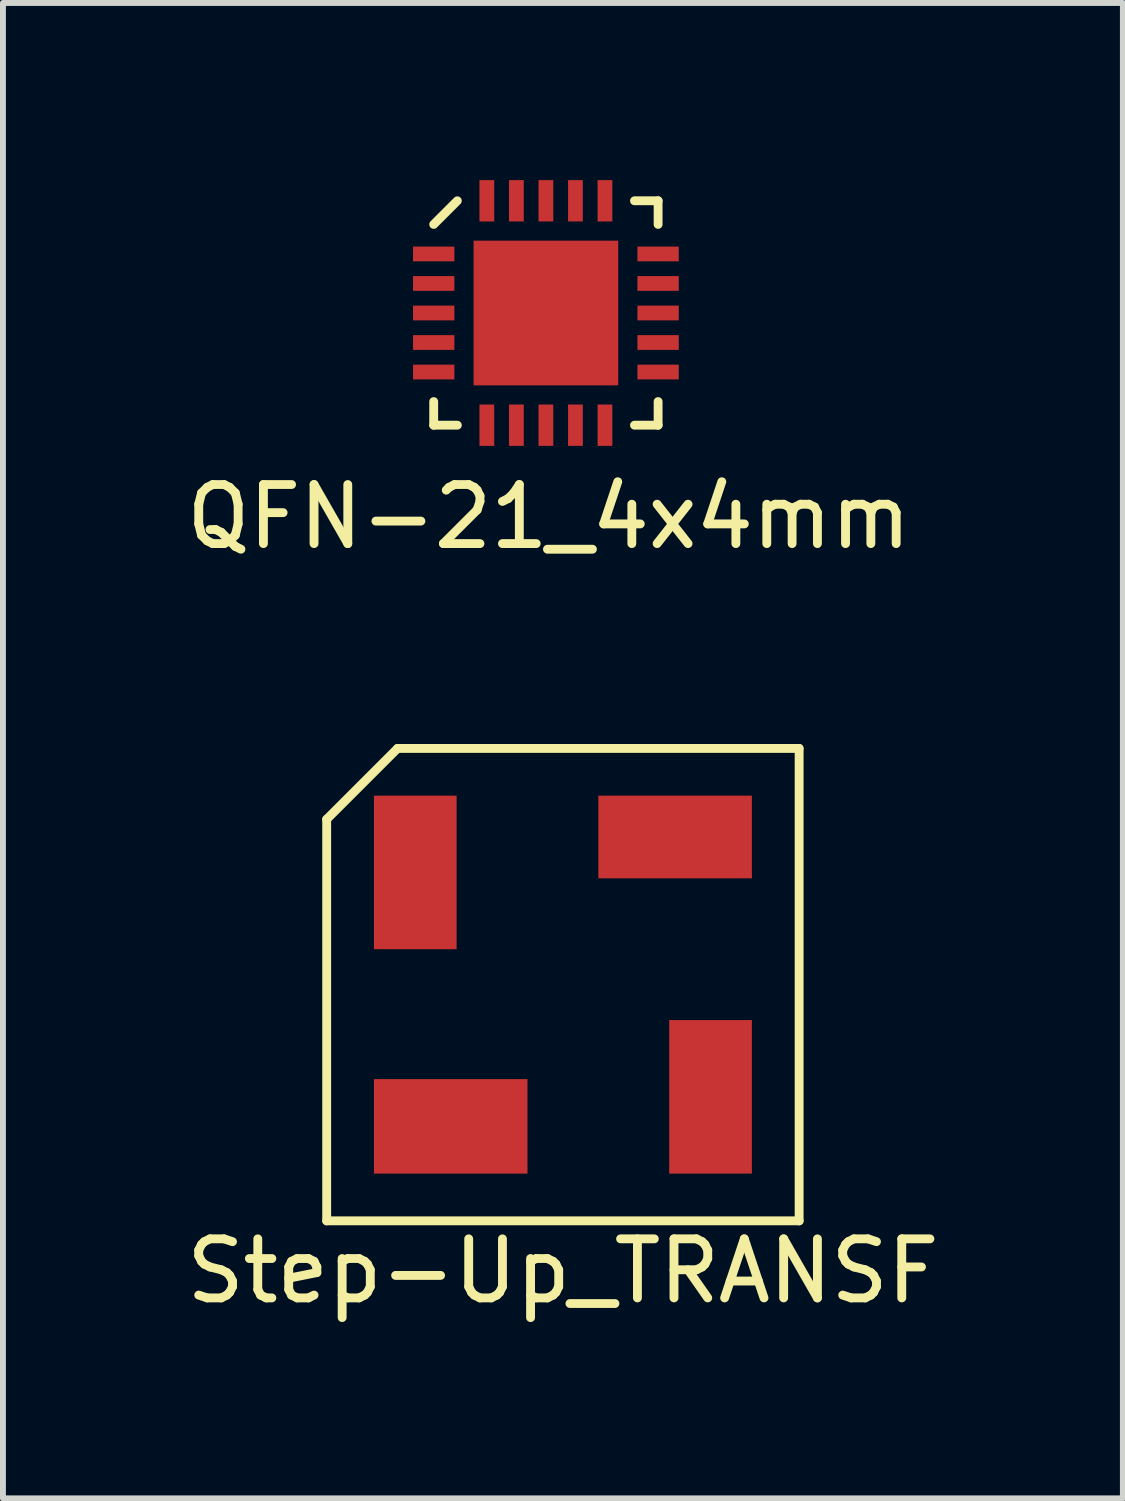
<source format=kicad_pcb>
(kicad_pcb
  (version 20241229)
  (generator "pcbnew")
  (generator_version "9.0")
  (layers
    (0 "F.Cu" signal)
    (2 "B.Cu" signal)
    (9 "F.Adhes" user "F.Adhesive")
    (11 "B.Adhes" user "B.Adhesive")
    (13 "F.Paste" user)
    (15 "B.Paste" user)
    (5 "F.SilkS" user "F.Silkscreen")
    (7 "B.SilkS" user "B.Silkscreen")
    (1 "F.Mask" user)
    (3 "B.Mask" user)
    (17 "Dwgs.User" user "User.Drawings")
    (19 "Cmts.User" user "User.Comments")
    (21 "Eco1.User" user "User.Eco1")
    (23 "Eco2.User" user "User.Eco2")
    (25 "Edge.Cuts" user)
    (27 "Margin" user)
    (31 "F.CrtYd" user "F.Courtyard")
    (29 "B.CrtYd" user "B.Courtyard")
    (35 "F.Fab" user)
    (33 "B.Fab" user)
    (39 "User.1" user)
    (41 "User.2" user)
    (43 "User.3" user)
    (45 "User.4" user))
  (footprint "Step-Up_TRANSF"
    (layer "F.Cu")
    (at 6.482 13.623)
    (property "Reference" "Step-Up_TRANSF" (at 0 4.85 0) (layer "F.SilkS") (effects (font (size 1 1) (thickness 0.15))))
    (attr through_hole)
    (fp_line (start -4 -2.8) (end -2.8 -4) (stroke (width 0.15) (type solid)) (layer "F.SilkS"))
    (fp_line (start -4 4) (end -4 -2.8) (stroke (width 0.15) (type solid)) (layer "F.SilkS"))
    (fp_line (start -4 4) (end 4 4) (stroke (width 0.15) (type solid)) (layer "F.SilkS"))
    (fp_line (start -2.8 -4) (end 4 -4) (stroke (width 0.15) (type solid)) (layer "F.SilkS"))
    (fp_line (start 4 4) (end 4 -4) (stroke (width 0.15) (type solid)) (layer "F.SilkS"))
    (pad "1" smd rect (at -2.5 -1.9) (size 1.4 2.6) (layers "F.Cu" "F.Mask" "F.Paste"))
    (pad "2" smd rect (at 1.9 -2.5) (size 2.6 1.4) (layers "F.Cu" "F.Mask" "F.Paste"))
    (pad "3" smd rect (at 2.5 1.9) (size 1.4 2.6) (layers "F.Cu" "F.Mask" "F.Paste"))
    (pad "4" smd rect (at -1.9 2.4) (size 2.6 1.6) (layers "F.Cu" "F.Mask" "F.Paste")))
  (footprint "QFN-21_4x4mm"
    (layer "F.Cu")
    (at 6.194 2.25)
    (property "Reference" "QFN-21_4x4mm" (at 0.05 3.45 0) (layer "F.SilkS") (effects (font (size 1 1) (thickness 0.15))))
    (attr through_hole)
    (fp_line (start -1.9 -1.5) (end -1.5 -1.9) (stroke (width 0.15) (type solid)) (layer "F.SilkS"))
    (fp_line (start -1.9 1.9) (end -1.9 1.5) (stroke (width 0.15) (type solid)) (layer "F.SilkS"))
    (fp_line (start -1.9 1.9) (end -1.5 1.9) (stroke (width 0.15) (type solid)) (layer "F.SilkS"))
    (fp_line (start 1.9 -1.9) (end 1.5 -1.9) (stroke (width 0.15) (type solid)) (layer "F.SilkS"))
    (fp_line (start 1.9 -1.9) (end 1.9 -1.5) (stroke (width 0.15) (type solid)) (layer "F.SilkS"))
    (fp_line (start 1.9 1.9) (end 1.5 1.9) (stroke (width 0.15) (type solid)) (layer "F.SilkS"))
    (fp_line (start 1.9 1.9) (end 1.9 1.5) (stroke (width 0.15) (type solid)) (layer "F.SilkS"))
    (pad "1" smd rect (at -1.9 -1) (size 0.7 0.25) (layers "F.Cu" "F.Mask" "F.Paste"))
    (pad "2" smd rect (at -1.9 -0.5) (size 0.7 0.25) (layers "F.Cu" "F.Mask" "F.Paste"))
    (pad "3" smd rect (at -1.9 0) (size 0.7 0.25) (layers "F.Cu" "F.Mask" "F.Paste"))
    (pad "4" smd rect (at -1.9 0.5) (size 0.7 0.25) (layers "F.Cu" "F.Mask" "F.Paste"))
    (pad "5" smd rect (at -1.9 1) (size 0.7 0.25) (layers "F.Cu" "F.Mask" "F.Paste"))
    (pad "6" smd rect (at -1 1.9) (size 0.25 0.7) (layers "F.Cu" "F.Mask" "F.Paste"))
    (pad "7" smd rect (at -0.5 1.9) (size 0.25 0.7) (layers "F.Cu" "F.Mask" "F.Paste"))
    (pad "8" smd rect (at 0 1.9) (size 0.25 0.7) (layers "F.Cu" "F.Mask" "F.Paste"))
    (pad "9" smd rect (at 0.5 1.9) (size 0.25 0.7) (layers "F.Cu" "F.Mask" "F.Paste"))
    (pad "10" smd rect (at 1 1.9) (size 0.25 0.7) (layers "F.Cu" "F.Mask" "F.Paste"))
    (pad "11" smd rect (at 1.9 1) (size 0.7 0.25) (layers "F.Cu" "F.Mask" "F.Paste"))
    (pad "12" smd rect (at 1.9 0.5) (size 0.7 0.25) (layers "F.Cu" "F.Mask" "F.Paste"))
    (pad "13" smd rect (at 1.9 0) (size 0.7 0.25) (layers "F.Cu" "F.Mask" "F.Paste"))
    (pad "14" smd rect (at 1.9 -0.5) (size 0.7 0.25) (layers "F.Cu" "F.Mask" "F.Paste"))
    (pad "15" smd rect (at 1.9 -1) (size 0.7 0.25) (layers "F.Cu" "F.Mask" "F.Paste"))
    (pad "16" smd rect (at 1 -1.9) (size 0.25 0.7) (layers "F.Cu" "F.Mask" "F.Paste"))
    (pad "17" smd rect (at 0.5 -1.9) (size 0.25 0.7) (layers "F.Cu" "F.Mask" "F.Paste"))
    (pad "18" smd rect (at 0 -1.9) (size 0.25 0.7) (layers "F.Cu" "F.Mask" "F.Paste"))
    (pad "19" smd rect (at -0.5 -1.9) (size 0.25 0.7) (layers "F.Cu" "F.Mask" "F.Paste"))
    (pad "20" smd rect (at -1 -1.9) (size 0.25 0.7) (layers "F.Cu" "F.Mask" "F.Paste"))
    (pad "21" smd rect (at 0 0) (size 2.45 2.45) (layers "F.Cu" "F.Mask" "F.Paste")))
  (gr_rect
    (start -3 -3)
    (end 15.964 22.322)
    (stroke (width 0.1) (type default))
    (fill no)
    (layer "Edge.Cuts")))
</source>
